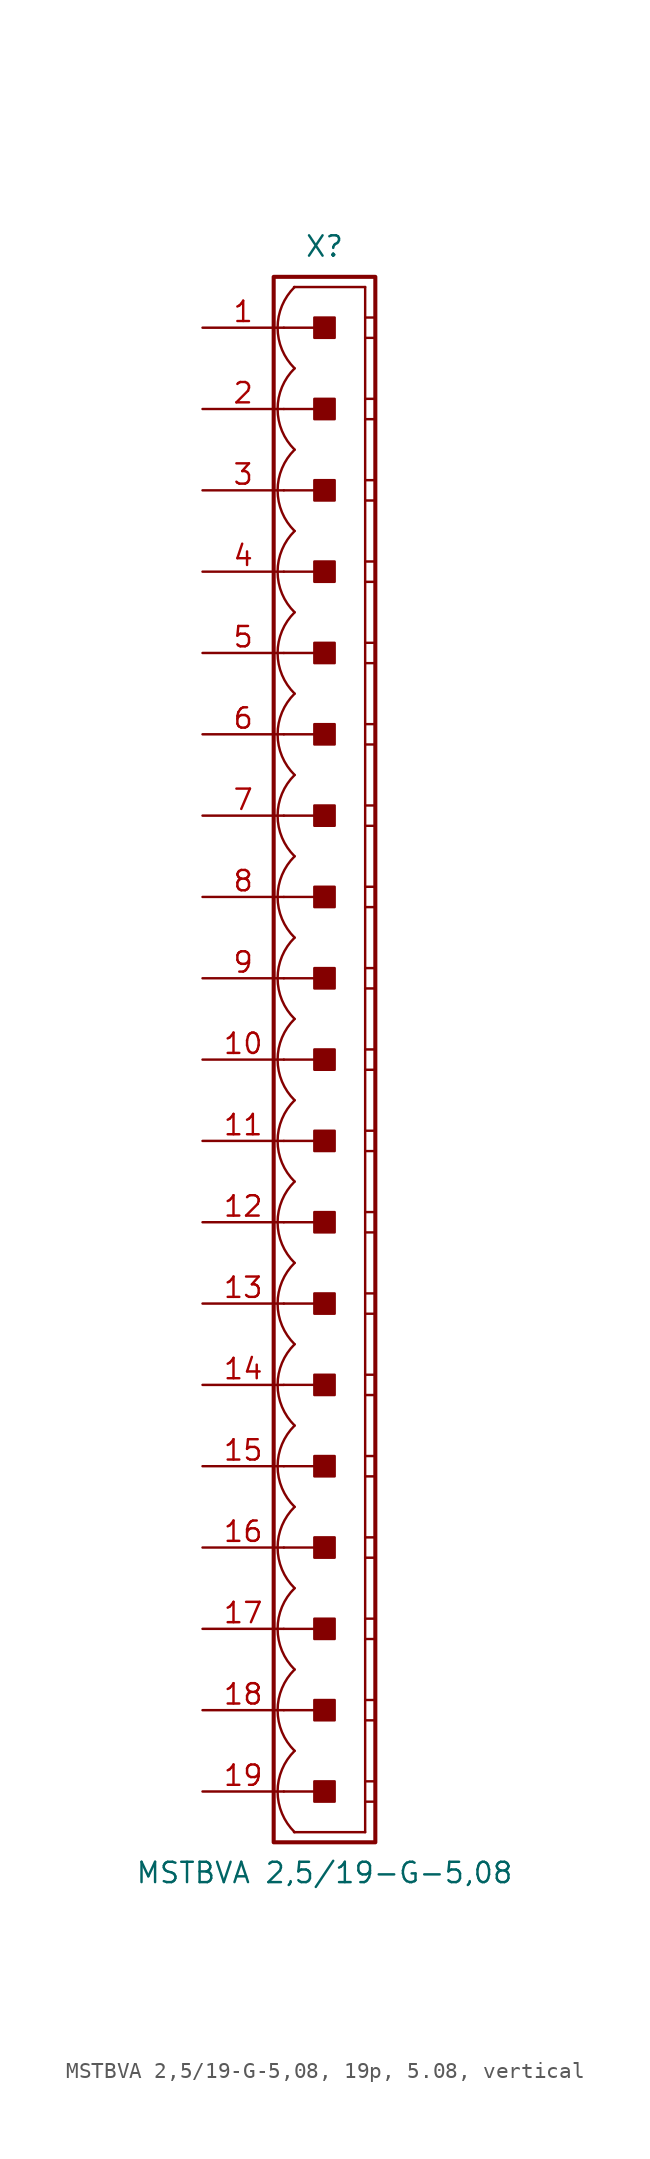
<source format=kicad_sym>
(kicad_symbol_lib
  (version 20241209)
  (generator "kicad_symbol_editor")
  (generator_version "9.0")
  (symbol "MSTBVA 2,5/19-G-5,08, 19p, 5.08, vertical"
    (pin_names
      (offset 1.016)
      (hide yes))
    (property "Reference" "X"
      (at 0 50.8 0)
      (effects (font (size 1.27 1.27))))
    (property "Value" "MSTBVA 2,5/19-G-5,08"
      (at 0 -50.8 0)
      (effects (font (size 1.27 1.27))))
    (property "Label" ""
      (at 0 0 0)
      (effects (font (size 1.27 1.27) (thickness 0.254) (bold yes))))
    (symbol "MSTBVA 2,5/19-G-5,08, 19p, 5.08, vertical_0_1"
      (polyline (pts (xy 2.54 48.26) (xy -1.905 48.26)) (stroke (width 0.152) (type default)) (fill (type none)))
      (polyline (pts (xy 2.54 48.26) (xy 2.54 -48.26)) (stroke (width 0.152) (type default)) (fill (type none)))
      (polyline (pts (xy 2.54 46.355) (xy 3.175 46.355)) (stroke (width 0.152) (type default)) (fill (type none)))
      (polyline (pts (xy 2.54 45.085) (xy 3.175 45.085)) (stroke (width 0.152) (type default)) (fill (type none)))
      (polyline (pts (xy 2.54 41.275) (xy 3.175 41.275)) (stroke (width 0.152) (type default)) (fill (type none)))
      (polyline (pts (xy 2.54 40.005) (xy 3.175 40.005)) (stroke (width 0.152) (type default)) (fill (type none)))
      (polyline (pts (xy 2.54 36.195) (xy 3.175 36.195)) (stroke (width 0.152) (type default)) (fill (type none)))
      (polyline (pts (xy 2.54 34.925) (xy 3.175 34.925)) (stroke (width 0.152) (type default)) (fill (type none)))
      (polyline (pts (xy 2.54 31.115) (xy 3.175 31.115)) (stroke (width 0.152) (type default)) (fill (type none)))
      (polyline (pts (xy 2.54 29.845) (xy 3.175 29.845)) (stroke (width 0.152) (type default)) (fill (type none)))
      (polyline (pts (xy 2.54 26.035) (xy 3.175 26.035)) (stroke (width 0.152) (type default)) (fill (type none)))
      (polyline (pts (xy 2.54 24.765) (xy 3.175 24.765)) (stroke (width 0.152) (type default)) (fill (type none)))
      (polyline (pts (xy 2.54 20.955) (xy 3.175 20.955)) (stroke (width 0.152) (type default)) (fill (type none)))
      (polyline (pts (xy 2.54 19.685) (xy 3.175 19.685)) (stroke (width 0.152) (type default)) (fill (type none)))
      (polyline (pts (xy 2.54 15.875) (xy 3.175 15.875)) (stroke (width 0.152) (type default)) (fill (type none)))
      (polyline (pts (xy 2.54 14.605) (xy 3.175 14.605)) (stroke (width 0.152) (type default)) (fill (type none)))
      (polyline (pts (xy 2.54 10.795) (xy 3.175 10.795)) (stroke (width 0.152) (type default)) (fill (type none)))
      (polyline (pts (xy 2.54 9.525) (xy 3.175 9.525)) (stroke (width 0.152) (type default)) (fill (type none)))
      (polyline (pts (xy 2.54 5.715) (xy 3.175 5.715)) (stroke (width 0.152) (type default)) (fill (type none)))
      (polyline (pts (xy 2.54 4.445) (xy 3.175 4.445)) (stroke (width 0.152) (type default)) (fill (type none)))
      (polyline (pts (xy 2.54 0.635) (xy 3.175 0.635)) (stroke (width 0.152) (type default)) (fill (type none)))
      (polyline (pts (xy 2.54 -0.635) (xy 3.175 -0.635)) (stroke (width 0.152) (type default)) (fill (type none)))
      (polyline (pts (xy 2.54 -4.445) (xy 3.175 -4.445)) (stroke (width 0.152) (type default)) (fill (type none)))
      (polyline (pts (xy 2.54 -5.715) (xy 3.175 -5.715)) (stroke (width 0.152) (type default)) (fill (type none)))
      (polyline (pts (xy 2.54 -9.525) (xy 3.175 -9.525)) (stroke (width 0.152) (type default)) (fill (type none)))
      (polyline (pts (xy 2.54 -10.795) (xy 3.175 -10.795)) (stroke (width 0.152) (type default)) (fill (type none)))
      (polyline (pts (xy 2.54 -14.605) (xy 3.175 -14.605)) (stroke (width 0.152) (type default)) (fill (type none)))
      (polyline (pts (xy 2.54 -15.875) (xy 3.175 -15.875)) (stroke (width 0.152) (type default)) (fill (type none)))
      (polyline (pts (xy 2.54 -19.685) (xy 3.175 -19.685)) (stroke (width 0.152) (type default)) (fill (type none)))
      (polyline (pts (xy 2.54 -20.955) (xy 3.175 -20.955)) (stroke (width 0.152) (type default)) (fill (type none)))
      (polyline (pts (xy 2.54 -24.765) (xy 3.175 -24.765)) (stroke (width 0.152) (type default)) (fill (type none)))
      (polyline (pts (xy 2.54 -26.035) (xy 3.175 -26.035)) (stroke (width 0.152) (type default)) (fill (type none)))
      (polyline (pts (xy 2.54 -29.845) (xy 3.175 -29.845)) (stroke (width 0.152) (type default)) (fill (type none)))
      (polyline (pts (xy 2.54 -31.115) (xy 3.175 -31.115)) (stroke (width 0.152) (type default)) (fill (type none)))
      (polyline (pts (xy 2.54 -34.925) (xy 3.175 -34.925)) (stroke (width 0.152) (type default)) (fill (type none)))
      (polyline (pts (xy 2.54 -36.195) (xy 3.175 -36.195)) (stroke (width 0.152) (type default)) (fill (type none)))
      (polyline (pts (xy 2.54 -40.005) (xy 3.175 -40.005)) (stroke (width 0.152) (type default)) (fill (type none)))
      (polyline (pts (xy 2.54 -41.275) (xy 3.175 -41.275)) (stroke (width 0.152) (type default)) (fill (type none)))
      (polyline (pts (xy 2.54 -45.085) (xy 3.175 -45.085)) (stroke (width 0.152) (type default)) (fill (type none)))
      (polyline (pts (xy 2.54 -46.355) (xy 3.175 -46.355)) (stroke (width 0.152) (type default)) (fill (type none)))
      (polyline (pts (xy 2.54 -48.26) (xy -1.905 -48.26)) (stroke (width 0.152) (type default)) (fill (type none))))
    (symbol "MSTBVA 2,5/19-G-5,08, 19p, 5.08, vertical_1_0"
      (polyline (pts (xy -2.54 45.72) (xy 0 45.72)) (stroke (width 0.152) (type default)) (fill (type none)))
      (polyline (pts (xy -2.54 40.64) (xy 0 40.64)) (stroke (width 0.152) (type default)) (fill (type none)))
      (polyline (pts (xy -2.54 35.56) (xy 0 35.56)) (stroke (width 0.152) (type default)) (fill (type none)))
      (polyline (pts (xy -2.54 30.48) (xy 0 30.48)) (stroke (width 0.152) (type default)) (fill (type none)))
      (polyline (pts (xy -2.54 25.4) (xy 0 25.4)) (stroke (width 0.152) (type default)) (fill (type none)))
      (polyline (pts (xy -2.54 20.32) (xy 0 20.32)) (stroke (width 0.152) (type default)) (fill (type none)))
      (polyline (pts (xy -2.54 15.24) (xy 0 15.24)) (stroke (width 0.152) (type default)) (fill (type none)))
      (polyline (pts (xy -2.54 10.16) (xy 0 10.16)) (stroke (width 0.152) (type default)) (fill (type none)))
      (polyline (pts (xy -2.54 5.08) (xy 0 5.08)) (stroke (width 0.152) (type default)) (fill (type none)))
      (polyline (pts (xy -2.54 0) (xy 0 0)) (stroke (width 0.152) (type default)) (fill (type none)))
      (polyline (pts (xy -2.54 -5.08) (xy 0 -5.08)) (stroke (width 0.152) (type default)) (fill (type none)))
      (polyline (pts (xy -2.54 -10.16) (xy 0 -10.16)) (stroke (width 0.152) (type default)) (fill (type none)))
      (polyline (pts (xy -2.54 -15.24) (xy 0 -15.24)) (stroke (width 0.152) (type default)) (fill (type none)))
      (polyline (pts (xy -2.54 -20.32) (xy 0 -20.32)) (stroke (width 0.152) (type default)) (fill (type none)))
      (polyline (pts (xy -2.54 -25.4) (xy 0 -25.4)) (stroke (width 0.152) (type default)) (fill (type none)))
      (polyline (pts (xy -2.54 -30.48) (xy 0 -30.48)) (stroke (width 0.152) (type default)) (fill (type none)))
      (polyline (pts (xy -2.54 -35.56) (xy 0 -35.56)) (stroke (width 0.152) (type default)) (fill (type none)))
      (polyline (pts (xy -2.54 -40.64) (xy 0 -40.64)) (stroke (width 0.152) (type default)) (fill (type none)))
      (polyline (pts (xy -2.54 -45.72) (xy 0 -45.72)) (stroke (width 0.152) (type default)) (fill (type none))))
    (symbol "MSTBVA 2,5/19-G-5,08, 19p, 5.08, vertical_1_1"
      (rectangle (start -3.175 48.895) (end 3.175 -48.895) (stroke (width 0.254) (type default)) (fill (type none)))
      (rectangle (start -0.635 45.085) (end 0.635 46.355) (stroke (width 0.152) (type default)) (fill (type outline)))
      (rectangle (start -0.635 40.005) (end 0.635 41.275) (stroke (width 0.152) (type default)) (fill (type outline)))
      (rectangle (start -0.635 34.925) (end 0.635 36.195) (stroke (width 0.152) (type default)) (fill (type outline)))
      (rectangle (start -0.635 29.845) (end 0.635 31.115) (stroke (width 0.152) (type default)) (fill (type outline)))
      (rectangle (start -0.635 24.765) (end 0.635 26.035) (stroke (width 0.152) (type default)) (fill (type outline)))
      (rectangle (start -0.635 19.685) (end 0.635 20.955) (stroke (width 0.152) (type default)) (fill (type outline)))
      (rectangle (start -0.635 14.605) (end 0.635 15.875) (stroke (width 0.152) (type default)) (fill (type outline)))
      (rectangle (start -0.635 9.525) (end 0.635 10.795) (stroke (width 0.152) (type default)) (fill (type outline)))
      (rectangle (start -0.635 4.445) (end 0.635 5.715) (stroke (width 0.152) (type default)) (fill (type outline)))
      (rectangle (start -0.635 -0.635) (end 0.635 0.635) (stroke (width 0.152) (type default)) (fill (type outline)))
      (rectangle (start -0.635 -5.715) (end 0.635 -4.445) (stroke (width 0.152) (type default)) (fill (type outline)))
      (rectangle (start -0.635 -10.795) (end 0.635 -9.525) (stroke (width 0.152) (type default)) (fill (type outline)))
      (rectangle (start -0.635 -15.875) (end 0.635 -14.605) (stroke (width 0.152) (type default)) (fill (type outline)))
      (rectangle (start -0.635 -20.955) (end 0.635 -19.685) (stroke (width 0.152) (type default)) (fill (type outline)))
      (rectangle (start -0.635 -26.035) (end 0.635 -24.765) (stroke (width 0.152) (type default)) (fill (type outline)))
      (rectangle (start -0.635 -31.115) (end 0.635 -29.845) (stroke (width 0.152) (type default)) (fill (type outline)))
      (rectangle (start -0.635 -36.195) (end 0.635 -34.925) (stroke (width 0.152) (type default)) (fill (type outline)))
      (rectangle (start -0.635 -41.275) (end 0.635 -40.005) (stroke (width 0.152) (type default)) (fill (type outline)))
      (rectangle (start -0.635 -46.355) (end 0.635 -45.085) (stroke (width 0.152) (type default)) (fill (type outline)))
      (arc (start -1.8664 43.18) (mid -2.9299 45.72) (end -1.8664 48.26) (stroke (width 0.1524) (type default)) (fill (type none)))
      (arc (start -1.8664 38.1) (mid -2.9299 40.64) (end -1.8664 43.18) (stroke (width 0.1524) (type default)) (fill (type none)))
      (arc (start -1.8664 33.02) (mid -2.9299 35.56) (end -1.8664 38.1) (stroke (width 0.1524) (type default)) (fill (type none)))
      (arc (start -1.8664 27.94) (mid -2.9299 30.48) (end -1.8664 33.02) (stroke (width 0.1524) (type default)) (fill (type none)))
      (arc (start -1.8664 22.86) (mid -2.9299 25.4) (end -1.8664 27.94) (stroke (width 0.1524) (type default)) (fill (type none)))
      (arc (start -1.8664 17.78) (mid -2.9299 20.32) (end -1.8664 22.86) (stroke (width 0.1524) (type default)) (fill (type none)))
      (arc (start -1.8664 12.7) (mid -2.9299 15.24) (end -1.8664 17.78) (stroke (width 0.1524) (type default)) (fill (type none)))
      (arc (start -1.8664 7.62) (mid -2.9299 10.16) (end -1.8664 12.7) (stroke (width 0.1524) (type default)) (fill (type none)))
      (arc (start -1.8664 2.54) (mid -2.9299 5.08) (end -1.8664 7.62) (stroke (width 0.1524) (type default)) (fill (type none)))
      (arc (start -1.8664 -2.54) (mid -2.9299 0) (end -1.8664 2.54) (stroke (width 0.1524) (type default)) (fill (type none)))
      (arc (start -1.8664 -7.62) (mid -2.9299 -5.08) (end -1.8664 -2.54) (stroke (width 0.1524) (type default)) (fill (type none)))
      (arc (start -1.8664 -12.7) (mid -2.9299 -10.16) (end -1.8664 -7.62) (stroke (width 0.1524) (type default)) (fill (type none)))
      (arc (start -1.8664 -17.78) (mid -2.9299 -15.24) (end -1.8664 -12.7) (stroke (width 0.1524) (type default)) (fill (type none)))
      (arc (start -1.8664 -22.86) (mid -2.9299 -20.32) (end -1.8664 -17.78) (stroke (width 0.1524) (type default)) (fill (type none)))
      (arc (start -1.8664 -27.94) (mid -2.9299 -25.4) (end -1.8664 -22.86) (stroke (width 0.1524) (type default)) (fill (type none)))
      (arc (start -1.8664 -33.02) (mid -2.9299 -30.48) (end -1.8664 -27.94) (stroke (width 0.1524) (type default)) (fill (type none)))
      (arc (start -1.8664 -38.1) (mid -2.9299 -35.56) (end -1.8664 -33.02) (stroke (width 0.1524) (type default)) (fill (type none)))
      (arc (start -1.8664 -43.18) (mid -2.9299 -40.64) (end -1.8664 -38.1) (stroke (width 0.1524) (type default)) (fill (type none)))
      (arc (start -1.8664 -48.26) (mid -2.9299 -45.72) (end -1.8664 -43.18) (stroke (width 0.1524) (type default)) (fill (type none)))
      (pin passive line (at -7.62 45.72 0) (length 5.08) (name "1" (effects (font (size 1.27 1.27)))) (number "1" (effects (font (size 1.27 1.27)))))
      (pin passive line (at -7.62 40.64 0) (length 5.08) (name "2" (effects (font (size 1.27 1.27)))) (number "2" (effects (font (size 1.27 1.27)))))
      (pin passive line (at -7.62 35.56 0) (length 5.08) (name "3" (effects (font (size 1.27 1.27)))) (number "3" (effects (font (size 1.27 1.27)))))
      (pin passive line (at -7.62 30.48 0) (length 5.08) (name "4" (effects (font (size 1.27 1.27)))) (number "4" (effects (font (size 1.27 1.27)))))
      (pin passive line (at -7.62 25.4 0) (length 5.08) (name "5" (effects (font (size 1.27 1.27)))) (number "5" (effects (font (size 1.27 1.27)))))
      (pin passive line (at -7.62 20.32 0) (length 5.08) (name "6" (effects (font (size 1.27 1.27)))) (number "6" (effects (font (size 1.27 1.27)))))
      (pin passive line (at -7.62 15.24 0) (length 5.08) (name "7" (effects (font (size 1.27 1.27)))) (number "7" (effects (font (size 1.27 1.27)))))
      (pin passive line (at -7.62 10.16 0) (length 5.08) (name "8" (effects (font (size 1.27 1.27)))) (number "8" (effects (font (size 1.27 1.27)))))
      (pin passive line (at -7.62 5.08 0) (length 5.08) (name "9" (effects (font (size 1.27 1.27)))) (number "9" (effects (font (size 1.27 1.27)))))
      (pin passive line (at -7.62 0 0) (length 5.08) (name "10" (effects (font (size 1.27 1.27)))) (number "10" (effects (font (size 1.27 1.27)))))
      (pin passive line (at -7.62 -5.08 0) (length 5.08) (name "11" (effects (font (size 1.27 1.27)))) (number "11" (effects (font (size 1.27 1.27)))))
      (pin passive line (at -7.62 -10.16 0) (length 5.08) (name "12" (effects (font (size 1.27 1.27)))) (number "12" (effects (font (size 1.27 1.27)))))
      (pin passive line (at -7.62 -15.24 0) (length 5.08) (name "13" (effects (font (size 1.27 1.27)))) (number "13" (effects (font (size 1.27 1.27)))))
      (pin passive line (at -7.62 -20.32 0) (length 5.08) (name "14" (effects (font (size 1.27 1.27)))) (number "14" (effects (font (size 1.27 1.27)))))
      (pin passive line (at -7.62 -25.4 0) (length 5.08) (name "15" (effects (font (size 1.27 1.27)))) (number "15" (effects (font (size 1.27 1.27)))))
      (pin passive line (at -7.62 -30.48 0) (length 5.08) (name "16" (effects (font (size 1.27 1.27)))) (number "16" (effects (font (size 1.27 1.27)))))
      (pin passive line (at -7.62 -35.56 0) (length 5.08) (name "17" (effects (font (size 1.27 1.27)))) (number "17" (effects (font (size 1.27 1.27)))))
      (pin passive line (at -7.62 -40.64 0) (length 5.08) (name "18" (effects (font (size 1.27 1.27)))) (number "18" (effects (font (size 1.27 1.27)))))
      (pin passive line (at -7.62 -45.72 0) (length 5.08) (name "19" (effects (font (size 1.27 1.27)))) (number "19" (effects (font (size 1.27 1.27))))))))
</source>
